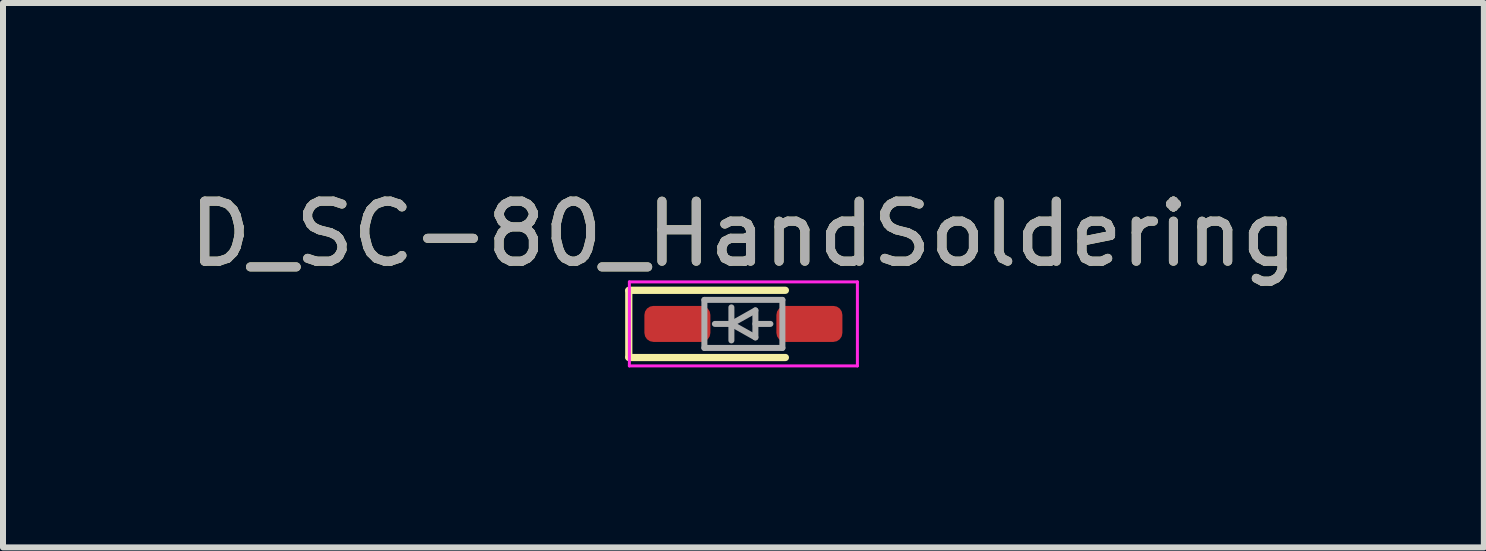
<source format=kicad_pcb>
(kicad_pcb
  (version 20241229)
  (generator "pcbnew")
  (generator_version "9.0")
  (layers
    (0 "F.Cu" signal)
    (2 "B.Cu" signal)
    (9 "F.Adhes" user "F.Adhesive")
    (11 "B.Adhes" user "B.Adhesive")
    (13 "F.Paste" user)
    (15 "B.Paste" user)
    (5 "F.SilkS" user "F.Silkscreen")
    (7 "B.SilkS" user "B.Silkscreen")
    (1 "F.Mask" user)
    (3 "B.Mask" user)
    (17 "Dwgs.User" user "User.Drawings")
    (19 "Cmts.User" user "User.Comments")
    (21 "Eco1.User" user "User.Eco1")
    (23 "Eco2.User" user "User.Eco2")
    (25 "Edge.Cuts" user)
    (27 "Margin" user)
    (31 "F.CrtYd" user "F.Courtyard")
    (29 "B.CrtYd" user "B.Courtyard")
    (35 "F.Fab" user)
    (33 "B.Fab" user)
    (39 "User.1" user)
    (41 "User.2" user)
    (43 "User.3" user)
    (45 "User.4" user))
  (footprint "D_SC-80_HandSoldering"
    (layer "F.Cu")
    (at 9.339 2.348)
    (property "Reference" "D_SC-80_HandSoldering" (at 0 -1.5 0) (layer "F.SilkS") (effects (font (size 1 1) (thickness 0.15))))
    (attr smd)
    (fp_line (start -1.91 -0.56) (end 0.7 -0.56) (stroke (width 0.12) (type solid)) (layer "F.SilkS"))
    (fp_line (start -1.91 -0.55) (end -1.91 0.55) (stroke (width 0.12) (type solid)) (layer "F.SilkS"))
    (fp_line (start -1.91 0.56) (end 0.7 0.56) (stroke (width 0.12) (type solid)) (layer "F.SilkS"))
    (fp_line (start -1.9 0.7) (end -1.9 -0.7) (stroke (width 0.05) (type solid)) (layer "F.CrtYd"))
    (fp_line (start -1.9 0.7) (end 1.9 0.7) (stroke (width 0.05) (type solid)) (layer "F.CrtYd"))
    (fp_line (start 1.9 -0.7) (end -1.9 -0.7) (stroke (width 0.05) (type solid)) (layer "F.CrtYd"))
    (fp_line (start 1.9 -0.7) (end 1.9 0.7) (stroke (width 0.05) (type solid)) (layer "F.CrtYd"))
    (fp_line (start -0.65 -0.4) (end 0.65 -0.4) (stroke (width 0.1) (type solid)) (layer "F.Fab"))
    (fp_line (start -0.65 0.4) (end -0.65 -0.4) (stroke (width 0.1) (type solid)) (layer "F.Fab"))
    (fp_line (start -0.2 -0.275) (end -0.2 0.275) (stroke (width 0.1) (type solid)) (layer "F.Fab"))
    (fp_line (start -0.2 0) (end -0.475 0) (stroke (width 0.1) (type solid)) (layer "F.Fab"))
    (fp_line (start -0.2 0) (end 0.2 -0.225) (stroke (width 0.1) (type solid)) (layer "F.Fab"))
    (fp_line (start 0.2 -0.225) (end 0.2 0.225) (stroke (width 0.1) (type solid)) (layer "F.Fab"))
    (fp_line (start 0.2 0) (end 0.45 0) (stroke (width 0.1) (type solid)) (layer "F.Fab"))
    (fp_line (start 0.2 0.225) (end -0.2 0) (stroke (width 0.1) (type solid)) (layer "F.Fab"))
    (fp_line (start 0.65 -0.4) (end 0.65 0.4) (stroke (width 0.1) (type solid)) (layer "F.Fab"))
    (fp_line (start 0.65 0.4) (end -0.65 0.4) (stroke (width 0.1) (type solid)) (layer "F.Fab"))
    (fp_text user "${REFERENCE}" (at 0 -1.5 0) (layer "F.Fab") (effects (font (size 1 1) (thickness 0.15))))
    (pad "1" smd roundrect (at -1.1 0) (size 1.1 0.6) (layers "F.Cu" "F.Mask" "F.Paste") (roundrect_rratio 0.25))
    (pad "2" smd roundrect (at 1.1 0) (size 1.1 0.6) (layers "F.Cu" "F.Mask" "F.Paste") (roundrect_rratio 0.25)))
  (gr_rect
    (start -3 -3)
    (end 21.679 6.073)
    (stroke (width 0.1) (type default))
    (fill no)
    (layer "Edge.Cuts")))
</source>
